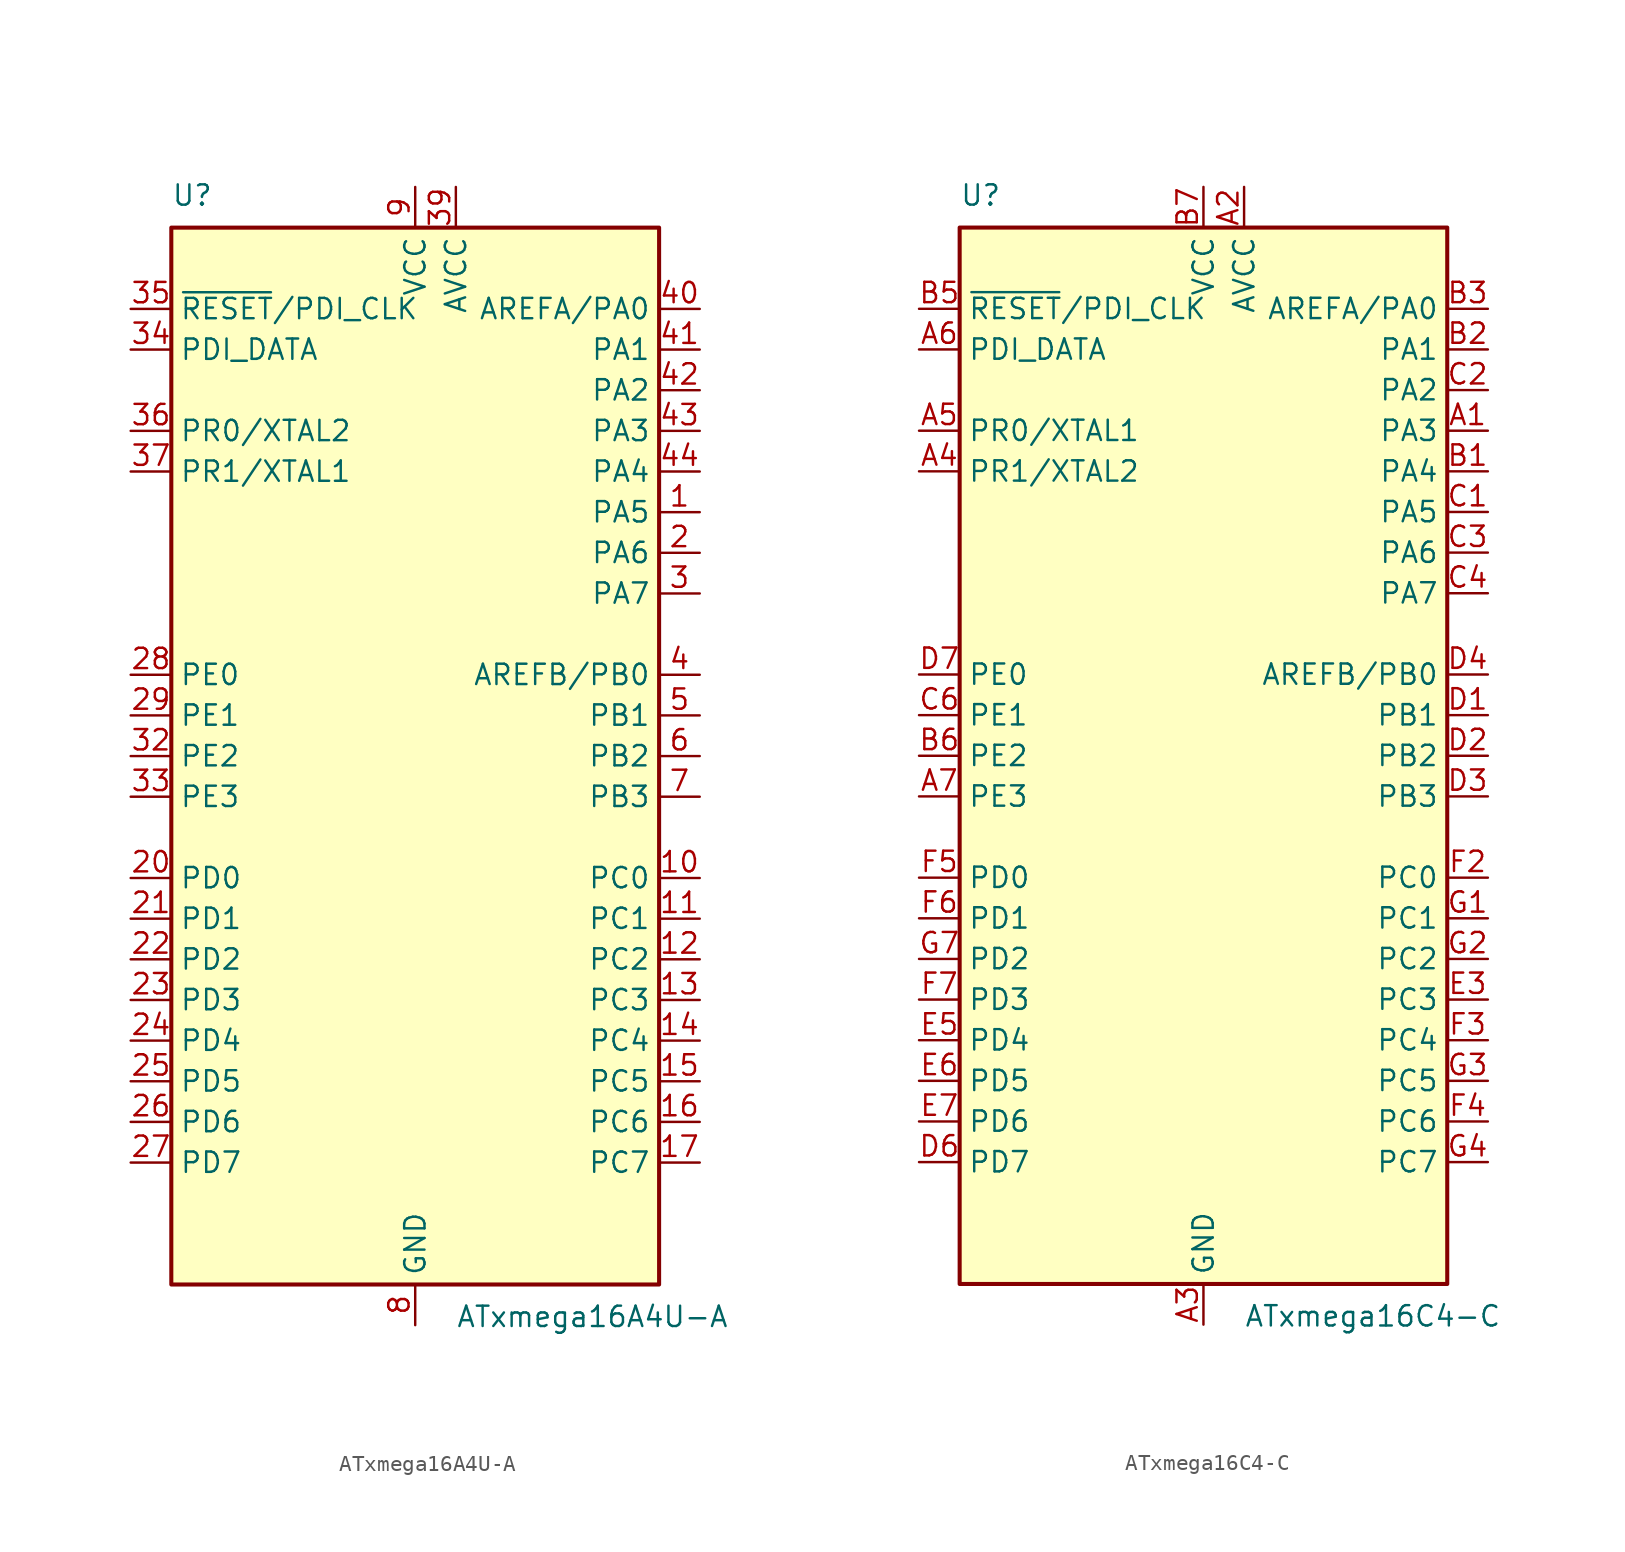
<source format=kicad_sym>
(kicad_symbol_lib
  (version 20231120)
  (generator "kicad_symbol_editor")
  (generator_version "8.0")
  (symbol "ATxmega16A4U-A"
    (property "Reference" "U"
      (at -15.24 34.29 0)
      (effects (font (size 1.27 1.27)) (justify left bottom)))
    (property "Value" "ATxmega16A4U-A"
      (at 2.54 -34.29 0)
      (effects (font (size 1.27 1.27)) (justify left top)))
    (symbol "ATxmega16A4U-A_0_1"
      (rectangle (start -15.24 -33.02) (end 15.24 33.02) (stroke (width 0.254) (type default)) (fill (type background))))
    (symbol "ATxmega16A4U-A_1_1"
      (pin bidirectional line (at 17.78 15.24 180) (length 2.54) (name "PA5" (effects (font (size 1.27 1.27)))) (number "1" (effects (font (size 1.27 1.27)))))
      (pin bidirectional line (at 17.78 -7.62 180) (length 2.54) (name "PC0" (effects (font (size 1.27 1.27)))) (number "10" (effects (font (size 1.27 1.27)))))
      (pin bidirectional line (at 17.78 -10.16 180) (length 2.54) (name "PC1" (effects (font (size 1.27 1.27)))) (number "11" (effects (font (size 1.27 1.27)))))
      (pin bidirectional line (at 17.78 -12.7 180) (length 2.54) (name "PC2" (effects (font (size 1.27 1.27)))) (number "12" (effects (font (size 1.27 1.27)))))
      (pin bidirectional line (at 17.78 -15.24 180) (length 2.54) (name "PC3" (effects (font (size 1.27 1.27)))) (number "13" (effects (font (size 1.27 1.27)))))
      (pin bidirectional line (at 17.78 -17.78 180) (length 2.54) (name "PC4" (effects (font (size 1.27 1.27)))) (number "14" (effects (font (size 1.27 1.27)))))
      (pin bidirectional line (at 17.78 -20.32 180) (length 2.54) (name "PC5" (effects (font (size 1.27 1.27)))) (number "15" (effects (font (size 1.27 1.27)))))
      (pin bidirectional line (at 17.78 -22.86 180) (length 2.54) (name "PC6" (effects (font (size 1.27 1.27)))) (number "16" (effects (font (size 1.27 1.27)))))
      (pin bidirectional line (at 17.78 -25.4 180) (length 2.54) (name "PC7" (effects (font (size 1.27 1.27)))) (number "17" (effects (font (size 1.27 1.27)))))
      (pin passive line (at 0 -35.56 90) (length 2.54) hide (name "GND" (effects (font (size 1.27 1.27)))) (number "18" (effects (font (size 1.27 1.27)))))
      (pin passive line (at 0 35.56 270) (length 2.54) hide (name "VCC" (effects (font (size 1.27 1.27)))) (number "19" (effects (font (size 1.27 1.27)))))
      (pin bidirectional line (at 17.78 12.7 180) (length 2.54) (name "PA6" (effects (font (size 1.27 1.27)))) (number "2" (effects (font (size 1.27 1.27)))))
      (pin bidirectional line (at -17.78 -7.62 0) (length 2.54) (name "PD0" (effects (font (size 1.27 1.27)))) (number "20" (effects (font (size 1.27 1.27)))))
      (pin bidirectional line (at -17.78 -10.16 0) (length 2.54) (name "PD1" (effects (font (size 1.27 1.27)))) (number "21" (effects (font (size 1.27 1.27)))))
      (pin bidirectional line (at -17.78 -12.7 0) (length 2.54) (name "PD2" (effects (font (size 1.27 1.27)))) (number "22" (effects (font (size 1.27 1.27)))))
      (pin bidirectional line (at -17.78 -15.24 0) (length 2.54) (name "PD3" (effects (font (size 1.27 1.27)))) (number "23" (effects (font (size 1.27 1.27)))))
      (pin bidirectional line (at -17.78 -17.78 0) (length 2.54) (name "PD4" (effects (font (size 1.27 1.27)))) (number "24" (effects (font (size 1.27 1.27)))))
      (pin bidirectional line (at -17.78 -20.32 0) (length 2.54) (name "PD5" (effects (font (size 1.27 1.27)))) (number "25" (effects (font (size 1.27 1.27)))))
      (pin bidirectional line (at -17.78 -22.86 0) (length 2.54) (name "PD6" (effects (font (size 1.27 1.27)))) (number "26" (effects (font (size 1.27 1.27)))))
      (pin bidirectional line (at -17.78 -25.4 0) (length 2.54) (name "PD7" (effects (font (size 1.27 1.27)))) (number "27" (effects (font (size 1.27 1.27)))))
      (pin bidirectional line (at -17.78 5.08 0) (length 2.54) (name "PE0" (effects (font (size 1.27 1.27)))) (number "28" (effects (font (size 1.27 1.27)))))
      (pin bidirectional line (at -17.78 2.54 0) (length 2.54) (name "PE1" (effects (font (size 1.27 1.27)))) (number "29" (effects (font (size 1.27 1.27)))))
      (pin bidirectional line (at 17.78 10.16 180) (length 2.54) (name "PA7" (effects (font (size 1.27 1.27)))) (number "3" (effects (font (size 1.27 1.27)))))
      (pin passive line (at 0 -35.56 90) (length 2.54) hide (name "GND" (effects (font (size 1.27 1.27)))) (number "30" (effects (font (size 1.27 1.27)))))
      (pin passive line (at 0 35.56 270) (length 2.54) hide (name "VCC" (effects (font (size 1.27 1.27)))) (number "31" (effects (font (size 1.27 1.27)))))
      (pin bidirectional line (at -17.78 0 0) (length 2.54) (name "PE2" (effects (font (size 1.27 1.27)))) (number "32" (effects (font (size 1.27 1.27)))))
      (pin bidirectional line (at -17.78 -2.54 0) (length 2.54) (name "PE3" (effects (font (size 1.27 1.27)))) (number "33" (effects (font (size 1.27 1.27)))))
      (pin bidirectional line (at -17.78 25.4 0) (length 2.54) (name "PDI_DATA" (effects (font (size 1.27 1.27)))) (number "34" (effects (font (size 1.27 1.27)))))
      (pin input line (at -17.78 27.94 0) (length 2.54) (name "~{RESET}/PDI_CLK" (effects (font (size 1.27 1.27)))) (number "35" (effects (font (size 1.27 1.27)))))
      (pin bidirectional line (at -17.78 20.32 0) (length 2.54) (name "PR0/XTAL2" (effects (font (size 1.27 1.27)))) (number "36" (effects (font (size 1.27 1.27)))))
      (pin bidirectional line (at -17.78 17.78 0) (length 2.54) (name "PR1/XTAL1" (effects (font (size 1.27 1.27)))) (number "37" (effects (font (size 1.27 1.27)))))
      (pin passive line (at 0 -35.56 90) (length 2.54) hide (name "GND" (effects (font (size 1.27 1.27)))) (number "38" (effects (font (size 1.27 1.27)))))
      (pin power_in line (at 2.54 35.56 270) (length 2.54) (name "AVCC" (effects (font (size 1.27 1.27)))) (number "39" (effects (font (size 1.27 1.27)))))
      (pin bidirectional line (at 17.78 5.08 180) (length 2.54) (name "AREFB/PB0" (effects (font (size 1.27 1.27)))) (number "4" (effects (font (size 1.27 1.27)))))
      (pin bidirectional line (at 17.78 27.94 180) (length 2.54) (name "AREFA/PA0" (effects (font (size 1.27 1.27)))) (number "40" (effects (font (size 1.27 1.27)))))
      (pin bidirectional line (at 17.78 25.4 180) (length 2.54) (name "PA1" (effects (font (size 1.27 1.27)))) (number "41" (effects (font (size 1.27 1.27)))))
      (pin bidirectional line (at 17.78 22.86 180) (length 2.54) (name "PA2" (effects (font (size 1.27 1.27)))) (number "42" (effects (font (size 1.27 1.27)))))
      (pin bidirectional line (at 17.78 20.32 180) (length 2.54) (name "PA3" (effects (font (size 1.27 1.27)))) (number "43" (effects (font (size 1.27 1.27)))))
      (pin bidirectional line (at 17.78 17.78 180) (length 2.54) (name "PA4" (effects (font (size 1.27 1.27)))) (number "44" (effects (font (size 1.27 1.27)))))
      (pin bidirectional line (at 17.78 2.54 180) (length 2.54) (name "PB1" (effects (font (size 1.27 1.27)))) (number "5" (effects (font (size 1.27 1.27)))))
      (pin bidirectional line (at 17.78 0 180) (length 2.54) (name "PB2" (effects (font (size 1.27 1.27)))) (number "6" (effects (font (size 1.27 1.27)))))
      (pin bidirectional line (at 17.78 -2.54 180) (length 2.54) (name "PB3" (effects (font (size 1.27 1.27)))) (number "7" (effects (font (size 1.27 1.27)))))
      (pin power_in line (at 0 -35.56 90) (length 2.54) (name "GND" (effects (font (size 1.27 1.27)))) (number "8" (effects (font (size 1.27 1.27)))))
      (pin power_in line (at 0 35.56 270) (length 2.54) (name "VCC" (effects (font (size 1.27 1.27)))) (number "9" (effects (font (size 1.27 1.27)))))))
  (symbol "ATxmega16C4-C"
    (property "Reference" "U"
      (at -15.24 34.29 0)
      (effects (font (size 1.27 1.27)) (justify left bottom)))
    (property "Value" "ATxmega16C4-C"
      (at 2.54 -34.29 0)
      (effects (font (size 1.27 1.27)) (justify left top)))
    (symbol "ATxmega16C4-C_0_1"
      (rectangle (start -15.24 -33.02) (end 15.24 33.02) (stroke (width 0.254) (type default)) (fill (type background))))
    (symbol "ATxmega16C4-C_1_1"
      (pin bidirectional line (at 17.78 20.32 180) (length 2.54) (name "PA3" (effects (font (size 1.27 1.27)))) (number "A1" (effects (font (size 1.27 1.27)))))
      (pin power_in line (at 2.54 35.56 270) (length 2.54) (name "AVCC" (effects (font (size 1.27 1.27)))) (number "A2" (effects (font (size 1.27 1.27)))))
      (pin power_in line (at 0 -35.56 90) (length 2.54) (name "GND" (effects (font (size 1.27 1.27)))) (number "A3" (effects (font (size 1.27 1.27)))))
      (pin bidirectional line (at -17.78 17.78 0) (length 2.54) (name "PR1/XTAL2" (effects (font (size 1.27 1.27)))) (number "A4" (effects (font (size 1.27 1.27)))))
      (pin bidirectional line (at -17.78 20.32 0) (length 2.54) (name "PR0/XTAL1" (effects (font (size 1.27 1.27)))) (number "A5" (effects (font (size 1.27 1.27)))))
      (pin bidirectional line (at -17.78 25.4 0) (length 2.54) (name "PDI_DATA" (effects (font (size 1.27 1.27)))) (number "A6" (effects (font (size 1.27 1.27)))))
      (pin bidirectional line (at -17.78 -2.54 0) (length 2.54) (name "PE3" (effects (font (size 1.27 1.27)))) (number "A7" (effects (font (size 1.27 1.27)))))
      (pin bidirectional line (at 17.78 17.78 180) (length 2.54) (name "PA4" (effects (font (size 1.27 1.27)))) (number "B1" (effects (font (size 1.27 1.27)))))
      (pin bidirectional line (at 17.78 25.4 180) (length 2.54) (name "PA1" (effects (font (size 1.27 1.27)))) (number "B2" (effects (font (size 1.27 1.27)))))
      (pin bidirectional line (at 17.78 27.94 180) (length 2.54) (name "AREFA/PA0" (effects (font (size 1.27 1.27)))) (number "B3" (effects (font (size 1.27 1.27)))))
      (pin passive line (at 0 -35.56 90) (length 2.54) hide (name "GND" (effects (font (size 1.27 1.27)))) (number "B4" (effects (font (size 1.27 1.27)))))
      (pin input line (at -17.78 27.94 0) (length 2.54) (name "~{RESET}/PDI_CLK" (effects (font (size 1.27 1.27)))) (number "B5" (effects (font (size 1.27 1.27)))))
      (pin bidirectional line (at -17.78 0 0) (length 2.54) (name "PE2" (effects (font (size 1.27 1.27)))) (number "B6" (effects (font (size 1.27 1.27)))))
      (pin power_in line (at 0 35.56 270) (length 2.54) (name "VCC" (effects (font (size 1.27 1.27)))) (number "B7" (effects (font (size 1.27 1.27)))))
      (pin bidirectional line (at 17.78 15.24 180) (length 2.54) (name "PA5" (effects (font (size 1.27 1.27)))) (number "C1" (effects (font (size 1.27 1.27)))))
      (pin bidirectional line (at 17.78 22.86 180) (length 2.54) (name "PA2" (effects (font (size 1.27 1.27)))) (number "C2" (effects (font (size 1.27 1.27)))))
      (pin bidirectional line (at 17.78 12.7 180) (length 2.54) (name "PA6" (effects (font (size 1.27 1.27)))) (number "C3" (effects (font (size 1.27 1.27)))))
      (pin bidirectional line (at 17.78 10.16 180) (length 2.54) (name "PA7" (effects (font (size 1.27 1.27)))) (number "C4" (effects (font (size 1.27 1.27)))))
      (pin passive line (at 0 -35.56 90) (length 2.54) hide (name "GND" (effects (font (size 1.27 1.27)))) (number "C5" (effects (font (size 1.27 1.27)))))
      (pin bidirectional line (at -17.78 2.54 0) (length 2.54) (name "PE1" (effects (font (size 1.27 1.27)))) (number "C6" (effects (font (size 1.27 1.27)))))
      (pin passive line (at 0 -35.56 90) (length 2.54) hide (name "GND" (effects (font (size 1.27 1.27)))) (number "C7" (effects (font (size 1.27 1.27)))))
      (pin bidirectional line (at 17.78 2.54 180) (length 2.54) (name "PB1" (effects (font (size 1.27 1.27)))) (number "D1" (effects (font (size 1.27 1.27)))))
      (pin bidirectional line (at 17.78 0 180) (length 2.54) (name "PB2" (effects (font (size 1.27 1.27)))) (number "D2" (effects (font (size 1.27 1.27)))))
      (pin bidirectional line (at 17.78 -2.54 180) (length 2.54) (name "PB3" (effects (font (size 1.27 1.27)))) (number "D3" (effects (font (size 1.27 1.27)))))
      (pin bidirectional line (at 17.78 5.08 180) (length 2.54) (name "AREFB/PB0" (effects (font (size 1.27 1.27)))) (number "D4" (effects (font (size 1.27 1.27)))))
      (pin passive line (at 0 -35.56 90) (length 2.54) hide (name "GND" (effects (font (size 1.27 1.27)))) (number "D5" (effects (font (size 1.27 1.27)))))
      (pin bidirectional line (at -17.78 -25.4 0) (length 2.54) (name "PD7" (effects (font (size 1.27 1.27)))) (number "D6" (effects (font (size 1.27 1.27)))))
      (pin bidirectional line (at -17.78 5.08 0) (length 2.54) (name "PE0" (effects (font (size 1.27 1.27)))) (number "D7" (effects (font (size 1.27 1.27)))))
      (pin passive line (at 0 -35.56 90) (length 2.54) hide (name "GND" (effects (font (size 1.27 1.27)))) (number "E1" (effects (font (size 1.27 1.27)))))
      (pin passive line (at 0 -35.56 90) (length 2.54) hide (name "GND" (effects (font (size 1.27 1.27)))) (number "E2" (effects (font (size 1.27 1.27)))))
      (pin bidirectional line (at 17.78 -15.24 180) (length 2.54) (name "PC3" (effects (font (size 1.27 1.27)))) (number "E3" (effects (font (size 1.27 1.27)))))
      (pin passive line (at 0 -35.56 90) (length 2.54) hide (name "GND" (effects (font (size 1.27 1.27)))) (number "E4" (effects (font (size 1.27 1.27)))))
      (pin bidirectional line (at -17.78 -17.78 0) (length 2.54) (name "PD4" (effects (font (size 1.27 1.27)))) (number "E5" (effects (font (size 1.27 1.27)))))
      (pin bidirectional line (at -17.78 -20.32 0) (length 2.54) (name "PD5" (effects (font (size 1.27 1.27)))) (number "E6" (effects (font (size 1.27 1.27)))))
      (pin bidirectional line (at -17.78 -22.86 0) (length 2.54) (name "PD6" (effects (font (size 1.27 1.27)))) (number "E7" (effects (font (size 1.27 1.27)))))
      (pin passive line (at 0 35.56 270) (length 2.54) hide (name "VCC" (effects (font (size 1.27 1.27)))) (number "F1" (effects (font (size 1.27 1.27)))))
      (pin bidirectional line (at 17.78 -7.62 180) (length 2.54) (name "PC0" (effects (font (size 1.27 1.27)))) (number "F2" (effects (font (size 1.27 1.27)))))
      (pin bidirectional line (at 17.78 -17.78 180) (length 2.54) (name "PC4" (effects (font (size 1.27 1.27)))) (number "F3" (effects (font (size 1.27 1.27)))))
      (pin bidirectional line (at 17.78 -22.86 180) (length 2.54) (name "PC6" (effects (font (size 1.27 1.27)))) (number "F4" (effects (font (size 1.27 1.27)))))
      (pin bidirectional line (at -17.78 -7.62 0) (length 2.54) (name "PD0" (effects (font (size 1.27 1.27)))) (number "F5" (effects (font (size 1.27 1.27)))))
      (pin bidirectional line (at -17.78 -10.16 0) (length 2.54) (name "PD1" (effects (font (size 1.27 1.27)))) (number "F6" (effects (font (size 1.27 1.27)))))
      (pin bidirectional line (at -17.78 -15.24 0) (length 2.54) (name "PD3" (effects (font (size 1.27 1.27)))) (number "F7" (effects (font (size 1.27 1.27)))))
      (pin bidirectional line (at 17.78 -10.16 180) (length 2.54) (name "PC1" (effects (font (size 1.27 1.27)))) (number "G1" (effects (font (size 1.27 1.27)))))
      (pin bidirectional line (at 17.78 -12.7 180) (length 2.54) (name "PC2" (effects (font (size 1.27 1.27)))) (number "G2" (effects (font (size 1.27 1.27)))))
      (pin bidirectional line (at 17.78 -20.32 180) (length 2.54) (name "PC5" (effects (font (size 1.27 1.27)))) (number "G3" (effects (font (size 1.27 1.27)))))
      (pin bidirectional line (at 17.78 -25.4 180) (length 2.54) (name "PC7" (effects (font (size 1.27 1.27)))) (number "G4" (effects (font (size 1.27 1.27)))))
      (pin passive line (at 0 -35.56 90) (length 2.54) hide (name "GND" (effects (font (size 1.27 1.27)))) (number "G5" (effects (font (size 1.27 1.27)))))
      (pin passive line (at 0 35.56 270) (length 2.54) hide (name "VCC" (effects (font (size 1.27 1.27)))) (number "G6" (effects (font (size 1.27 1.27)))))
      (pin bidirectional line (at -17.78 -12.7 0) (length 2.54) (name "PD2" (effects (font (size 1.27 1.27)))) (number "G7" (effects (font (size 1.27 1.27))))))))
</source>
